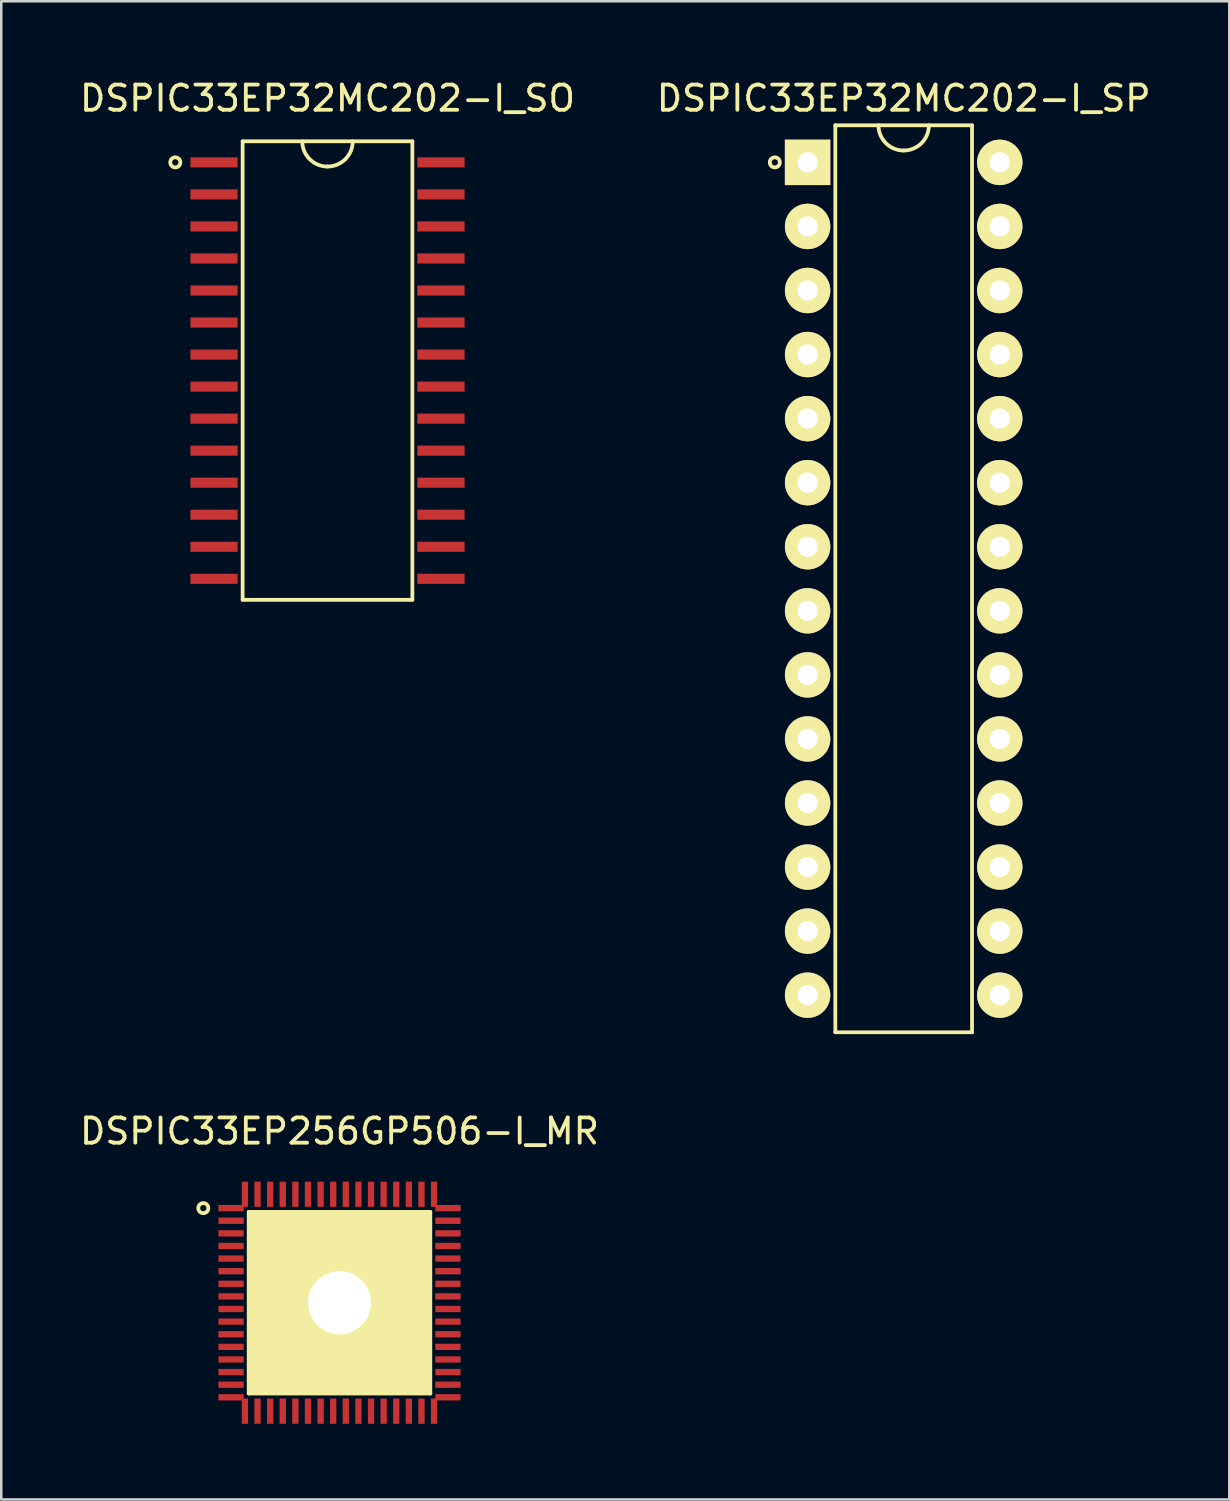
<source format=kicad_pcb>
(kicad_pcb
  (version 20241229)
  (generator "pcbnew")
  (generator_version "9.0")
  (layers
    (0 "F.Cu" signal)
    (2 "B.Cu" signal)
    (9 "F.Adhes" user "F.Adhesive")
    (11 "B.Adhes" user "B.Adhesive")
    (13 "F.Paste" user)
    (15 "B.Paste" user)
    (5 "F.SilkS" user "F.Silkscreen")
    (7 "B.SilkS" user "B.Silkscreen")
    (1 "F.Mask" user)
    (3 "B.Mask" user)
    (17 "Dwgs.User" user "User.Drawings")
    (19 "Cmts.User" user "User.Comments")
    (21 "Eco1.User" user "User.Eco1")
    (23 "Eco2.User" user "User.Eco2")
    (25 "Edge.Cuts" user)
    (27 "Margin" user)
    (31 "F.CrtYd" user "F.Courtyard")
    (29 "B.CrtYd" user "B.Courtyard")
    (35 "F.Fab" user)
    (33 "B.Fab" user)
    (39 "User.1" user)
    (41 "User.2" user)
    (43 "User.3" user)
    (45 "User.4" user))
  (footprint "DSPIC33EP32MC202-I_SO"
    (layer "F.Cu")
    (at 5.435 3.388)
    (property "Reference" "DSPIC33EP32MC202-I_SO" (at 4.5 -2.54 0) (layer "F.SilkS") (effects (font (size 1 1) (thickness 0.15))))
    (attr through_hole)
    (fp_line (start 1.135 -0.835) (end 7.865 -0.835) (stroke (width 0.15) (type solid)) (layer "F.SilkS"))
    (fp_line (start 1.135 17.345) (end 1.135 -0.835) (stroke (width 0.15) (type solid)) (layer "F.SilkS"))
    (fp_line (start 7.865 -0.835) (end 7.865 17.345) (stroke (width 0.15) (type solid)) (layer "F.SilkS"))
    (fp_line (start 7.865 17.345) (end 1.135 17.345) (stroke (width 0.15) (type solid)) (layer "F.SilkS"))
    (fp_arc (start 4.5 0.165) (mid 3.792893 -0.127893) (end 3.5 -0.835) (stroke (width 0.15) (type solid)) (layer "F.SilkS"))
    (fp_arc (start 5.5 -0.835) (mid 5.207107 -0.127893) (end 4.5 0.165) (stroke (width 0.15) (type solid)) (layer "F.SilkS"))
    (fp_circle (center -1.535 0) (end -1.535 0.2) (stroke (width 0.15) (type solid)) (fill no) (layer "F.SilkS"))
    (pad "1" smd rect (at 0 0) (size 1.87 0.4) (layers "F.Cu" "F.Mask" "F.Paste"))
    (pad "2" smd rect (at 0 1.27) (size 1.87 0.4) (layers "F.Cu" "F.Mask" "F.Paste"))
    (pad "3" smd rect (at 0 2.54) (size 1.87 0.4) (layers "F.Cu" "F.Mask" "F.Paste"))
    (pad "4" smd rect (at 0 3.81) (size 1.87 0.4) (layers "F.Cu" "F.Mask" "F.Paste"))
    (pad "5" smd rect (at 0 5.08) (size 1.87 0.4) (layers "F.Cu" "F.Mask" "F.Paste"))
    (pad "6" smd rect (at 0 6.35) (size 1.87 0.4) (layers "F.Cu" "F.Mask" "F.Paste"))
    (pad "7" smd rect (at 0 7.62) (size 1.87 0.4) (layers "F.Cu" "F.Mask" "F.Paste"))
    (pad "8" smd rect (at 0 8.89) (size 1.87 0.4) (layers "F.Cu" "F.Mask" "F.Paste"))
    (pad "9" smd rect (at 0 10.16) (size 1.87 0.4) (layers "F.Cu" "F.Mask" "F.Paste"))
    (pad "10" smd rect (at 0 11.43) (size 1.87 0.4) (layers "F.Cu" "F.Mask" "F.Paste"))
    (pad "11" smd rect (at 0 12.7) (size 1.87 0.4) (layers "F.Cu" "F.Mask" "F.Paste"))
    (pad "12" smd rect (at 0 13.97) (size 1.87 0.4) (layers "F.Cu" "F.Mask" "F.Paste"))
    (pad "13" smd rect (at 0 15.24) (size 1.87 0.4) (layers "F.Cu" "F.Mask" "F.Paste"))
    (pad "14" smd rect (at 0 16.51) (size 1.87 0.4) (layers "F.Cu" "F.Mask" "F.Paste"))
    (pad "15" smd rect (at 9 16.51) (size 1.87 0.4) (layers "F.Cu" "F.Mask" "F.Paste"))
    (pad "16" smd rect (at 9 15.24) (size 1.87 0.4) (layers "F.Cu" "F.Mask" "F.Paste"))
    (pad "17" smd rect (at 9 13.97) (size 1.87 0.4) (layers "F.Cu" "F.Mask" "F.Paste"))
    (pad "18" smd rect (at 9 12.7) (size 1.87 0.4) (layers "F.Cu" "F.Mask" "F.Paste"))
    (pad "19" smd rect (at 9 11.43) (size 1.87 0.4) (layers "F.Cu" "F.Mask" "F.Paste"))
    (pad "20" smd rect (at 9 10.16) (size 1.87 0.4) (layers "F.Cu" "F.Mask" "F.Paste"))
    (pad "21" smd rect (at 9 8.89) (size 1.87 0.4) (layers "F.Cu" "F.Mask" "F.Paste"))
    (pad "22" smd rect (at 9 7.62) (size 1.87 0.4) (layers "F.Cu" "F.Mask" "F.Paste"))
    (pad "23" smd rect (at 9 6.35) (size 1.87 0.4) (layers "F.Cu" "F.Mask" "F.Paste"))
    (pad "24" smd rect (at 9 5.08) (size 1.87 0.4) (layers "F.Cu" "F.Mask" "F.Paste"))
    (pad "25" smd rect (at 9 3.81) (size 1.87 0.4) (layers "F.Cu" "F.Mask" "F.Paste"))
    (pad "26" smd rect (at 9 2.54) (size 1.87 0.4) (layers "F.Cu" "F.Mask" "F.Paste"))
    (pad "27" smd rect (at 9 1.27) (size 1.87 0.4) (layers "F.Cu" "F.Mask" "F.Paste"))
    (pad "28" smd rect (at 9 0) (size 1.87 0.4) (layers "F.Cu" "F.Mask" "F.Paste")))
  (footprint "DSPIC33EP32MC202-I_SP"
    (layer "F.Cu")
    (at 28.97 3.388)
    (property "Reference" "DSPIC33EP32MC202-I_SP" (at 3.81 -2.54 0) (layer "F.SilkS") (effects (font (size 1 1) (thickness 0.15))))
    (attr through_hole)
    (fp_line (start 1.1 -1.47) (end 6.52 -1.47) (stroke (width 0.15) (type solid)) (layer "F.SilkS"))
    (fp_line (start 1.1 34.49) (end 1.1 -1.47) (stroke (width 0.15) (type solid)) (layer "F.SilkS"))
    (fp_line (start 6.52 -1.47) (end 6.52 34.49) (stroke (width 0.15) (type solid)) (layer "F.SilkS"))
    (fp_line (start 6.52 34.49) (end 1.1 34.49) (stroke (width 0.15) (type solid)) (layer "F.SilkS"))
    (fp_arc (start 3.81 -0.47) (mid 3.102893 -0.762893) (end 2.81 -1.47) (stroke (width 0.15) (type solid)) (layer "F.SilkS"))
    (fp_arc (start 4.81 -1.47) (mid 4.517107 -0.762893) (end 3.81 -0.47) (stroke (width 0.15) (type solid)) (layer "F.SilkS"))
    (fp_circle (center -1.3 0) (end -1.3 0.2) (stroke (width 0.15) (type solid)) (fill no) (layer "F.SilkS"))
    (pad "1" thru_hole rect (at 0 0) (size 1.8 1.8) (drill 0.8) (layers "*.Cu" "*.Mask" "F.SilkS"))
    (pad "2" thru_hole circle (at 0 2.54) (size 1.8 1.8) (drill 0.8) (layers "*.Cu" "*.Mask" "F.SilkS"))
    (pad "3" thru_hole circle (at 0 5.08) (size 1.8 1.8) (drill 0.8) (layers "*.Cu" "*.Mask" "F.SilkS"))
    (pad "4" thru_hole circle (at 0 7.62) (size 1.8 1.8) (drill 0.8) (layers "*.Cu" "*.Mask" "F.SilkS"))
    (pad "5" thru_hole circle (at 0 10.16) (size 1.8 1.8) (drill 0.8) (layers "*.Cu" "*.Mask" "F.SilkS"))
    (pad "6" thru_hole circle (at 0 12.7) (size 1.8 1.8) (drill 0.8) (layers "*.Cu" "*.Mask" "F.SilkS"))
    (pad "7" thru_hole circle (at 0 15.24) (size 1.8 1.8) (drill 0.8) (layers "*.Cu" "*.Mask" "F.SilkS"))
    (pad "8" thru_hole circle (at 0 17.78) (size 1.8 1.8) (drill 0.8) (layers "*.Cu" "*.Mask" "F.SilkS"))
    (pad "9" thru_hole circle (at 0 20.32) (size 1.8 1.8) (drill 0.8) (layers "*.Cu" "*.Mask" "F.SilkS"))
    (pad "10" thru_hole circle (at 0 22.86) (size 1.8 1.8) (drill 0.8) (layers "*.Cu" "*.Mask" "F.SilkS"))
    (pad "11" thru_hole circle (at 0 25.4) (size 1.8 1.8) (drill 0.8) (layers "*.Cu" "*.Mask" "F.SilkS"))
    (pad "12" thru_hole circle (at 0 27.94) (size 1.8 1.8) (drill 0.8) (layers "*.Cu" "*.Mask" "F.SilkS"))
    (pad "13" thru_hole circle (at 0 30.48) (size 1.8 1.8) (drill 0.8) (layers "*.Cu" "*.Mask" "F.SilkS"))
    (pad "14" thru_hole circle (at 0 33.02) (size 1.8 1.8) (drill 0.8) (layers "*.Cu" "*.Mask" "F.SilkS"))
    (pad "15" thru_hole circle (at 7.62 33.02) (size 1.8 1.8) (drill 0.8) (layers "*.Cu" "*.Mask" "F.SilkS"))
    (pad "16" thru_hole circle (at 7.62 30.48) (size 1.8 1.8) (drill 0.8) (layers "*.Cu" "*.Mask" "F.SilkS"))
    (pad "17" thru_hole circle (at 7.62 27.94) (size 1.8 1.8) (drill 0.8) (layers "*.Cu" "*.Mask" "F.SilkS"))
    (pad "18" thru_hole circle (at 7.62 25.4) (size 1.8 1.8) (drill 0.8) (layers "*.Cu" "*.Mask" "F.SilkS"))
    (pad "19" thru_hole circle (at 7.62 22.86) (size 1.8 1.8) (drill 0.8) (layers "*.Cu" "*.Mask" "F.SilkS"))
    (pad "20" thru_hole circle (at 7.62 20.32) (size 1.8 1.8) (drill 0.8) (layers "*.Cu" "*.Mask" "F.SilkS"))
    (pad "21" thru_hole circle (at 7.62 17.78) (size 1.8 1.8) (drill 0.8) (layers "*.Cu" "*.Mask" "F.SilkS"))
    (pad "22" thru_hole circle (at 7.62 15.24) (size 1.8 1.8) (drill 0.8) (layers "*.Cu" "*.Mask" "F.SilkS"))
    (pad "23" thru_hole circle (at 7.62 12.7) (size 1.8 1.8) (drill 0.8) (layers "*.Cu" "*.Mask" "F.SilkS"))
    (pad "24" thru_hole circle (at 7.62 10.16) (size 1.8 1.8) (drill 0.8) (layers "*.Cu" "*.Mask" "F.SilkS"))
    (pad "25" thru_hole circle (at 7.62 7.62) (size 1.8 1.8) (drill 0.8) (layers "*.Cu" "*.Mask" "F.SilkS"))
    (pad "26" thru_hole circle (at 7.62 5.08) (size 1.8 1.8) (drill 0.8) (layers "*.Cu" "*.Mask" "F.SilkS"))
    (pad "27" thru_hole circle (at 7.62 2.54) (size 1.8 1.8) (drill 0.8) (layers "*.Cu" "*.Mask" "F.SilkS"))
    (pad "28" thru_hole circle (at 7.62 0) (size 1.8 1.8) (drill 0.8) (layers "*.Cu" "*.Mask" "F.SilkS")))
  (footprint "DSPIC33EP256GP506-I_MR"
    (layer "F.Cu")
    (at 6.111 44.301)
    (property "Reference" "DSPIC33EP256GP506-I_MR" (at 4.3 -2.5 0) (layer "F.SilkS") (effects (font (size 1 1) (thickness 0.15))))
    (attr through_hole)
    (fp_line (start 0.7 0.7) (end 0.7 7.9) (stroke (width 0.15) (type solid)) (layer "F.SilkS"))
    (fp_line (start 0.7 0.7) (end 7.9 0.7) (stroke (width 0.15) (type solid)) (layer "F.SilkS"))
    (fp_line (start 0.7 7.9) (end 7.9 7.9) (stroke (width 0.15) (type solid)) (layer "F.SilkS"))
    (fp_line (start 7.9 7.9) (end 7.9 0.7) (stroke (width 0.15) (type solid)) (layer "F.SilkS"))
    (fp_circle (center -1.1 0.55) (end -1.1 0.35) (stroke (width 0.15) (type solid)) (fill no) (layer "F.SilkS"))
    (fp_circle (center 1.7 1.7) (end 1.7 1.2) (stroke (width 0.15) (type solid)) (fill no) (layer "F.SilkS"))
    (pad "1" smd rect (at 0 0.55) (size 1 0.25) (layers "F.Cu" "F.Mask" "F.Paste"))
    (pad "2" smd rect (at 0 1.05) (size 1 0.25) (layers "F.Cu" "F.Mask" "F.Paste"))
    (pad "3" smd rect (at 0 1.55) (size 1 0.25) (layers "F.Cu" "F.Mask" "F.Paste"))
    (pad "4" smd rect (at 0 2.05) (size 1 0.25) (layers "F.Cu" "F.Mask" "F.Paste"))
    (pad "5" smd rect (at 0 2.55) (size 1 0.25) (layers "F.Cu" "F.Mask" "F.Paste"))
    (pad "6" smd rect (at 0 3.05) (size 1 0.25) (layers "F.Cu" "F.Mask" "F.Paste"))
    (pad "7" smd rect (at 0 3.55) (size 1 0.25) (layers "F.Cu" "F.Mask" "F.Paste"))
    (pad "8" smd rect (at 0 4.05) (size 1 0.25) (layers "F.Cu" "F.Mask" "F.Paste"))
    (pad "9" smd rect (at 0 4.55) (size 1 0.25) (layers "F.Cu" "F.Mask" "F.Paste"))
    (pad "10" smd rect (at 0 5.05) (size 1 0.25) (layers "F.Cu" "F.Mask" "F.Paste"))
    (pad "11" smd rect (at 0 5.55) (size 1 0.25) (layers "F.Cu" "F.Mask" "F.Paste"))
    (pad "12" smd rect (at 0 6.05) (size 1 0.25) (layers "F.Cu" "F.Mask" "F.Paste"))
    (pad "13" smd rect (at 0 6.55) (size 1 0.25) (layers "F.Cu" "F.Mask" "F.Paste"))
    (pad "14" smd rect (at 0 7.05) (size 1 0.25) (layers "F.Cu" "F.Mask" "F.Paste"))
    (pad "15" smd rect (at 0 7.55) (size 1 0.25) (layers "F.Cu" "F.Mask" "F.Paste"))
    (pad "16" smd rect (at 0 8.05) (size 1 0.25) (layers "F.Cu" "F.Mask" "F.Paste"))
    (pad "17" smd rect (at 0.55 8.6) (size 0.25 1) (layers "F.Cu" "F.Mask" "F.Paste"))
    (pad "18" smd rect (at 1.05 8.6) (size 0.25 1) (layers "F.Cu" "F.Mask" "F.Paste"))
    (pad "19" smd rect (at 1.55 8.6) (size 0.25 1) (layers "F.Cu" "F.Mask" "F.Paste"))
    (pad "20" smd rect (at 2.05 8.6) (size 0.25 1) (layers "F.Cu" "F.Mask" "F.Paste"))
    (pad "21" smd rect (at 2.55 8.6) (size 0.25 1) (layers "F.Cu" "F.Mask" "F.Paste"))
    (pad "22" smd rect (at 3.05 8.6) (size 0.25 1) (layers "F.Cu" "F.Mask" "F.Paste"))
    (pad "23" smd rect (at 3.55 8.6) (size 0.25 1) (layers "F.Cu" "F.Mask" "F.Paste"))
    (pad "24" smd rect (at 4.05 8.6) (size 0.25 1) (layers "F.Cu" "F.Mask" "F.Paste"))
    (pad "25" smd rect (at 4.55 8.6) (size 0.25 1) (layers "F.Cu" "F.Mask" "F.Paste"))
    (pad "26" smd rect (at 5.05 8.6) (size 0.25 1) (layers "F.Cu" "F.Mask" "F.Paste"))
    (pad "27" smd rect (at 5.55 8.6) (size 0.25 1) (layers "F.Cu" "F.Mask" "F.Paste"))
    (pad "28" smd rect (at 6.05 8.6) (size 0.25 1) (layers "F.Cu" "F.Mask" "F.Paste"))
    (pad "29" smd rect (at 6.55 8.6) (size 0.25 1) (layers "F.Cu" "F.Mask" "F.Paste"))
    (pad "30" smd rect (at 7.05 8.6) (size 0.25 1) (layers "F.Cu" "F.Mask" "F.Paste"))
    (pad "31" smd rect (at 7.55 8.6) (size 0.25 1) (layers "F.Cu" "F.Mask" "F.Paste"))
    (pad "32" smd rect (at 8.05 8.6) (size 0.25 1) (layers "F.Cu" "F.Mask" "F.Paste"))
    (pad "33" smd rect (at 8.6 8.05) (size 1 0.25) (layers "F.Cu" "F.Mask" "F.Paste"))
    (pad "34" smd rect (at 8.6 7.55) (size 1 0.25) (layers "F.Cu" "F.Mask" "F.Paste"))
    (pad "35" smd rect (at 8.6 7.05) (size 1 0.25) (layers "F.Cu" "F.Mask" "F.Paste"))
    (pad "36" smd rect (at 8.6 6.55) (size 1 0.25) (layers "F.Cu" "F.Mask" "F.Paste"))
    (pad "37" smd rect (at 8.6 6.05) (size 1 0.25) (layers "F.Cu" "F.Mask" "F.Paste"))
    (pad "38" smd rect (at 8.6 5.55) (size 1 0.25) (layers "F.Cu" "F.Mask" "F.Paste"))
    (pad "39" smd rect (at 8.6 5.05) (size 1 0.25) (layers "F.Cu" "F.Mask" "F.Paste"))
    (pad "40" smd rect (at 8.6 4.55) (size 1 0.25) (layers "F.Cu" "F.Mask" "F.Paste"))
    (pad "41" smd rect (at 8.6 4.05) (size 1 0.25) (layers "F.Cu" "F.Mask" "F.Paste"))
    (pad "42" smd rect (at 8.6 3.55) (size 1 0.25) (layers "F.Cu" "F.Mask" "F.Paste"))
    (pad "43" smd rect (at 8.6 3.05) (size 1 0.25) (layers "F.Cu" "F.Mask" "F.Paste"))
    (pad "44" smd rect (at 8.6 2.55) (size 1 0.25) (layers "F.Cu" "F.Mask" "F.Paste"))
    (pad "45" smd rect (at 8.6 2.05) (size 1 0.25) (layers "F.Cu" "F.Mask" "F.Paste"))
    (pad "46" smd rect (at 8.6 1.55) (size 1 0.25) (layers "F.Cu" "F.Mask" "F.Paste"))
    (pad "47" smd rect (at 8.6 1.05) (size 1 0.25) (layers "F.Cu" "F.Mask" "F.Paste"))
    (pad "48" smd rect (at 8.6 0.55) (size 1 0.25) (layers "F.Cu" "F.Mask" "F.Paste"))
    (pad "49" smd rect (at 8.05 0) (size 0.25 1) (layers "F.Cu" "F.Mask" "F.Paste"))
    (pad "50" smd rect (at 7.55 0) (size 0.25 1) (layers "F.Cu" "F.Mask" "F.Paste"))
    (pad "51" smd rect (at 7.05 0) (size 0.25 1) (layers "F.Cu" "F.Mask" "F.Paste"))
    (pad "52" smd rect (at 6.55 0) (size 0.25 1) (layers "F.Cu" "F.Mask" "F.Paste"))
    (pad "53" smd rect (at 6.05 0) (size 0.25 1) (layers "F.Cu" "F.Mask" "F.Paste"))
    (pad "54" smd rect (at 5.55 0) (size 0.25 1) (layers "F.Cu" "F.Mask" "F.Paste"))
    (pad "55" smd rect (at 5.05 0) (size 0.25 1) (layers "F.Cu" "F.Mask" "F.Paste"))
    (pad "56" smd rect (at 4.55 0) (size 0.25 1) (layers "F.Cu" "F.Mask" "F.Paste"))
    (pad "57" smd rect (at 4.05 0) (size 0.25 1) (layers "F.Cu" "F.Mask" "F.Paste"))
    (pad "58" smd rect (at 3.55 0) (size 0.25 1) (layers "F.Cu" "F.Mask" "F.Paste"))
    (pad "59" smd rect (at 3.05 0) (size 0.25 1) (layers "F.Cu" "F.Mask" "F.Paste"))
    (pad "60" smd rect (at 2.55 0) (size 0.25 1) (layers "F.Cu" "F.Mask" "F.Paste"))
    (pad "61" smd rect (at 2.05 0) (size 0.25 1) (layers "F.Cu" "F.Mask" "F.Paste"))
    (pad "62" smd rect (at 1.55 0) (size 0.25 1) (layers "F.Cu" "F.Mask" "F.Paste"))
    (pad "63" smd rect (at 1.05 0) (size 0.25 1) (layers "F.Cu" "F.Mask" "F.Paste"))
    (pad "64" smd rect (at 0.55 0) (size 0.25 1) (layers "F.Cu" "F.Mask" "F.Paste"))
    (pad "999" thru_hole rect (at 4.3 4.3) (size 7.15 7.15) (drill 2.5) (layers "*.Cu" "*.Mask" "F.SilkS")))
  (gr_rect
    (start -3 -3)
    (end 45.69 56.401)
    (stroke (width 0.1) (type default))
    (fill no)
    (layer "Edge.Cuts")))
</source>
